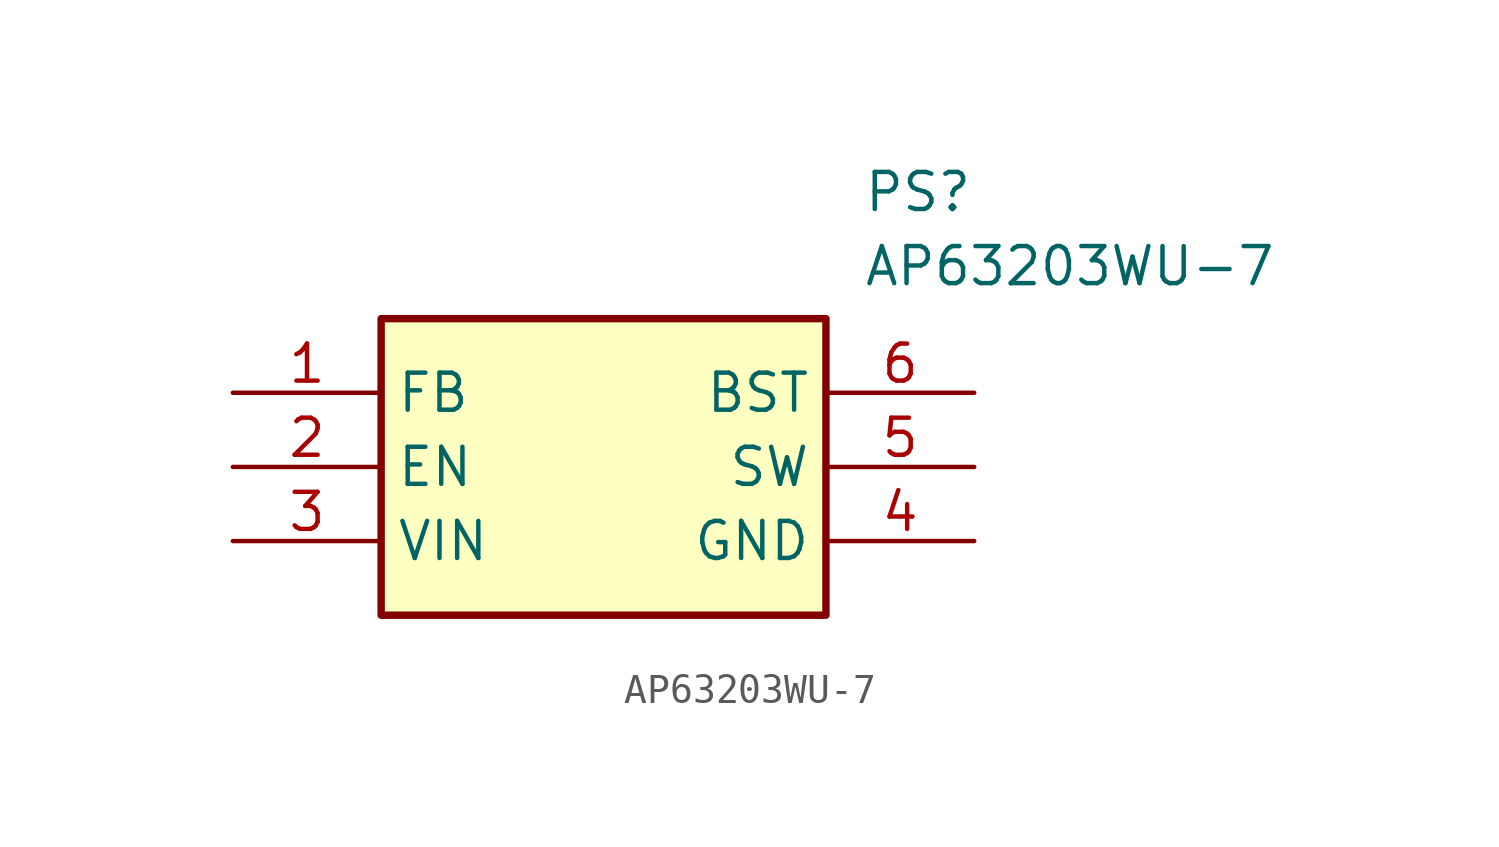
<source format=kicad_sym>
(kicad_symbol_lib
  (version 20220914)
  (generator SamacSys_ECAD_Model)
  (symbol "AP63203WU-7"
    (property "Reference" "PS"
      (at 21.59 7.62 0)
      (effects (font (size 1.27 1.27)) (justify left top)))
    (property "Value" "AP63203WU-7"
      (at 21.59 5.08 0)
      (effects (font (size 1.27 1.27)) (justify left top)))
    (rectangle
      (start 5.08 2.54)
      (end 20.32 -7.62)
      (stroke (width 0.254) (type default))
      (fill (type background)))
    (pin input line
      (at 0 0 0)
      (length 5.08)
      (name "FB" (effects (font (size 1.27 1.27))))
      (number "1" (effects (font (size 1.27 1.27)))))
    (pin input line
      (at 0 -2.54 0)
      (length 5.08)
      (name "EN" (effects (font (size 1.27 1.27))))
      (number "2" (effects (font (size 1.27 1.27)))))
    (pin power_in line
      (at 0 -5.08 0)
      (length 5.08)
      (name "VIN" (effects (font (size 1.27 1.27))))
      (number "3" (effects (font (size 1.27 1.27)))))
    (pin input line
      (at 25.4 0 180)
      (length 5.08)
      (name "BST" (effects (font (size 1.27 1.27))))
      (number "6" (effects (font (size 1.27 1.27)))))
    (pin output line
      (at 25.4 -2.54 180)
      (length 5.08)
      (name "SW" (effects (font (size 1.27 1.27))))
      (number "5" (effects (font (size 1.27 1.27)))))
    (pin power_in line
      (at 25.4 -5.08 180)
      (length 5.08)
      (name "GND" (effects (font (size 1.27 1.27))))
      (number "4" (effects (font (size 1.27 1.27)))))))
</source>
